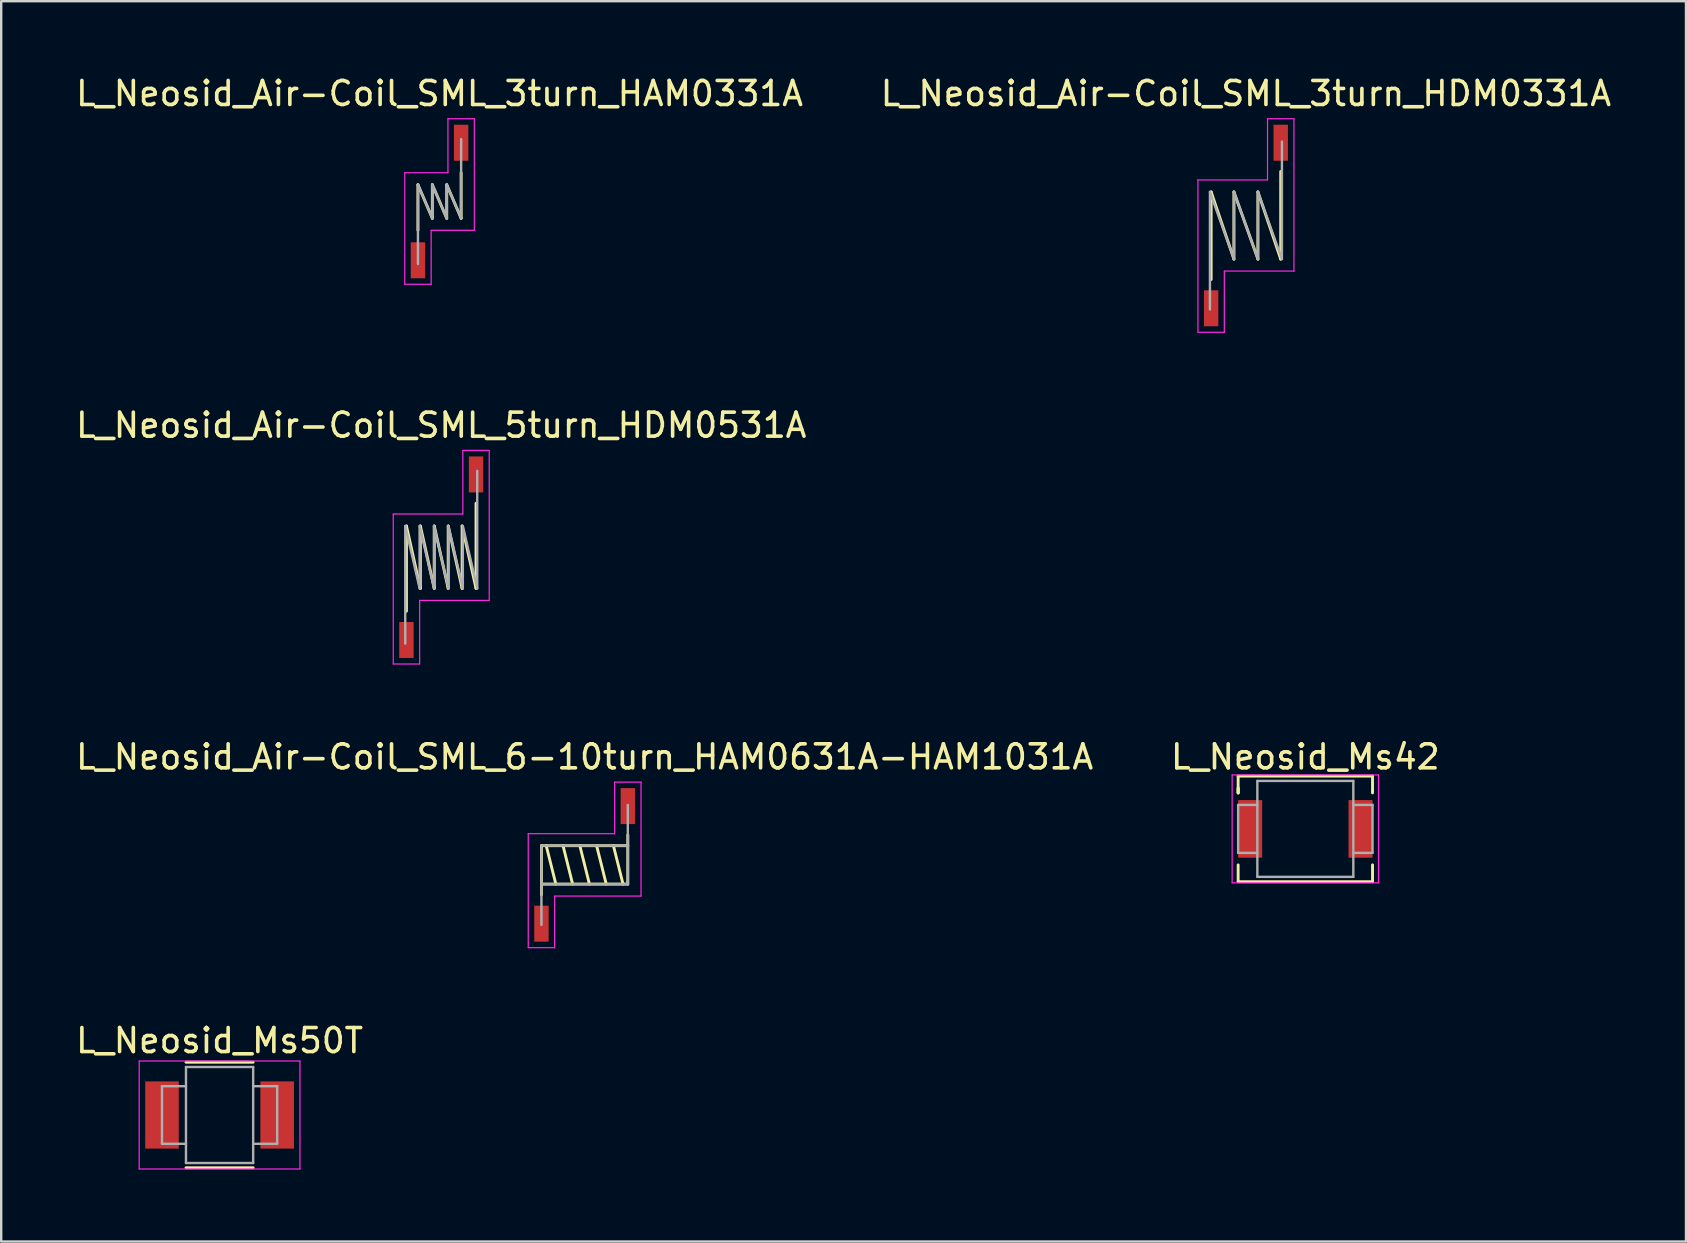
<source format=kicad_pcb>
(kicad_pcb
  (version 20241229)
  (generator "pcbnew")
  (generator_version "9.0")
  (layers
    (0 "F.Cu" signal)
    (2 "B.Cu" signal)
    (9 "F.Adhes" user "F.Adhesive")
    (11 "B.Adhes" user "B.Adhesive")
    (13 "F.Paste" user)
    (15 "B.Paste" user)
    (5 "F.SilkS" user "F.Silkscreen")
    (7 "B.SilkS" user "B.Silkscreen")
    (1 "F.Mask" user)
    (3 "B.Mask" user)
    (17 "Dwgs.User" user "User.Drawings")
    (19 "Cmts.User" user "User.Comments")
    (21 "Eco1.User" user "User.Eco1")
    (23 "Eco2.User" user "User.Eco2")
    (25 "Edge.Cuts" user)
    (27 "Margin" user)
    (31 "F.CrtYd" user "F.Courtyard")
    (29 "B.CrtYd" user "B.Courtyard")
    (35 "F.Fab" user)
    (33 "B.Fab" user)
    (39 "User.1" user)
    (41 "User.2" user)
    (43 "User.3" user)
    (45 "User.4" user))
  (footprint "L_Neosid_Air-Coil_SML_3turn_HDM0331A"
    (layer "F.Cu")
    (at 48.875 6.348)
    (property "Reference" "L_Neosid_Air-Coil_SML_3turn_HDM0331A" (at 0 -5.5 0) (layer "F.SilkS") (effects (font (size 1 1) (thickness 0.15))))
    (attr smd)
    (fp_line (start -1.45 -1.4) (end -1.45 2.25) (stroke (width 0.12) (type solid)) (layer "F.SilkS"))
    (fp_line (start -1.45 -1.4) (end -0.5 1.4) (stroke (width 0.12) (type solid)) (layer "F.SilkS"))
    (fp_line (start -0.5 -1.4) (end -0.5 1.4) (stroke (width 0.12) (type solid)) (layer "F.SilkS"))
    (fp_line (start -0.5 -1.4) (end 0.5 1.4) (stroke (width 0.12) (type solid)) (layer "F.SilkS"))
    (fp_line (start 0.5 -1.4) (end 0.5 1.4) (stroke (width 0.12) (type solid)) (layer "F.SilkS"))
    (fp_line (start 0.5 -1.4) (end 1.45 1.4) (stroke (width 0.12) (type solid)) (layer "F.SilkS"))
    (fp_line (start 1.45 1.4) (end 1.45 -2.25) (stroke (width 0.12) (type solid)) (layer "F.SilkS"))
    (fp_line (start -2 -1.9) (end -2 4.45) (stroke (width 0.05) (type solid)) (layer "F.CrtYd"))
    (fp_line (start -2 4.45) (end -0.9 4.45) (stroke (width 0.05) (type solid)) (layer "F.CrtYd"))
    (fp_line (start -0.9 1.9) (end 2 1.9) (stroke (width 0.05) (type solid)) (layer "F.CrtYd"))
    (fp_line (start -0.9 4.45) (end -0.9 1.9) (stroke (width 0.05) (type solid)) (layer "F.CrtYd"))
    (fp_line (start 0.9 -4.45) (end 0.9 -1.9) (stroke (width 0.05) (type solid)) (layer "F.CrtYd"))
    (fp_line (start 0.9 -1.9) (end -2 -1.9) (stroke (width 0.05) (type solid)) (layer "F.CrtYd"))
    (fp_line (start 2 -4.45) (end 0.9 -4.45) (stroke (width 0.05) (type solid)) (layer "F.CrtYd"))
    (fp_line (start 2 1.9) (end 2 -4.45) (stroke (width 0.05) (type solid)) (layer "F.CrtYd"))
    (fp_line (start -1.5 -1.4) (end -0.5 1.4) (stroke (width 0.1) (type solid)) (layer "F.Fab"))
    (fp_line (start -1.5 3.5) (end -1.5 -1.4) (stroke (width 0.1) (type solid)) (layer "F.Fab"))
    (fp_line (start -0.5 -1.4) (end 0.5 1.4) (stroke (width 0.1) (type solid)) (layer "F.Fab"))
    (fp_line (start -0.5 1.4) (end -0.5 -1.4) (stroke (width 0.1) (type solid)) (layer "F.Fab"))
    (fp_line (start 0.5 -1.4) (end 1.5 1.4) (stroke (width 0.1) (type solid)) (layer "F.Fab"))
    (fp_line (start 0.5 1.4) (end 0.5 -1.4) (stroke (width 0.1) (type solid)) (layer "F.Fab"))
    (fp_line (start 1.5 1.4) (end 1.5 -3.5) (stroke (width 0.1) (type solid)) (layer "F.Fab"))
    (pad "1" smd rect (at -1.45 3.45) (size 0.6 1.5) (layers "F.Cu" "F.Mask" "F.Paste"))
    (pad "2" smd rect (at 1.45 -3.45) (size 0.6 1.5) (layers "F.Cu" "F.Mask" "F.Paste")))
  (footprint "L_Neosid_Ms42"
    (layer "F.Cu")
    (at 51.351 31.495)
    (property "Reference" "L_Neosid_Ms42" (at 0 -3 0) (layer "F.SilkS") (effects (font (size 1 1) (thickness 0.15))))
    (attr smd)
    (fp_line (start -2.8 -2.2) (end -2.8 -1.5) (stroke (width 0.12) (type solid)) (layer "F.SilkS"))
    (fp_line (start -2.8 -1.7) (end -2.8 -1.5) (stroke (width 0.12) (type solid)) (layer "F.SilkS"))
    (fp_line (start -2.8 -1.5) (end -2.8 -1.7) (stroke (width 0.12) (type solid)) (layer "F.SilkS"))
    (fp_line (start -2.8 2.2) (end -2.8 1.5) (stroke (width 0.12) (type solid)) (layer "F.SilkS"))
    (fp_line (start 2.8 -2.2) (end -2.8 -2.2) (stroke (width 0.12) (type solid)) (layer "F.SilkS"))
    (fp_line (start 2.8 -2.2) (end 2.8 -1.6) (stroke (width 0.12) (type solid)) (layer "F.SilkS"))
    (fp_line (start 2.8 -1.6) (end 2.8 -1.5) (stroke (width 0.12) (type solid)) (layer "F.SilkS"))
    (fp_line (start 2.8 1.5) (end 2.8 2.2) (stroke (width 0.12) (type solid)) (layer "F.SilkS"))
    (fp_line (start 2.8 2.2) (end -2.8 2.2) (stroke (width 0.12) (type solid)) (layer "F.SilkS"))
    (fp_line (start -3.05 -2.25) (end -3.05 2.25) (stroke (width 0.05) (type solid)) (layer "F.CrtYd"))
    (fp_line (start -3.05 -2.25) (end 3.05 -2.25) (stroke (width 0.05) (type solid)) (layer "F.CrtYd"))
    (fp_line (start 3.05 2.25) (end -3.05 2.25) (stroke (width 0.05) (type solid)) (layer "F.CrtYd"))
    (fp_line (start 3.05 2.25) (end 3.05 -2.25) (stroke (width 0.05) (type solid)) (layer "F.CrtYd"))
    (fp_line (start -2.8 -1) (end -2 -1) (stroke (width 0.1) (type solid)) (layer "F.Fab"))
    (fp_line (start -2.8 1) (end -2.8 -1) (stroke (width 0.1) (type solid)) (layer "F.Fab"))
    (fp_line (start -2 -2) (end 2 -2) (stroke (width 0.1) (type solid)) (layer "F.Fab"))
    (fp_line (start -2 1) (end -2.8 1) (stroke (width 0.1) (type solid)) (layer "F.Fab"))
    (fp_line (start -2 2) (end -2 -2) (stroke (width 0.1) (type solid)) (layer "F.Fab"))
    (fp_line (start 2 -2) (end 2 2) (stroke (width 0.1) (type solid)) (layer "F.Fab"))
    (fp_line (start 2 -1) (end 2.8 -1) (stroke (width 0.1) (type solid)) (layer "F.Fab"))
    (fp_line (start 2 2) (end -2 2) (stroke (width 0.1) (type solid)) (layer "F.Fab"))
    (fp_line (start 2.8 -1) (end 2.8 1) (stroke (width 0.1) (type solid)) (layer "F.Fab"))
    (fp_line (start 2.8 1) (end 2 1) (stroke (width 0.1) (type solid)) (layer "F.Fab"))
    (pad "1" smd rect (at -2.3 0) (size 1 2.4) (layers "F.Cu" "F.Mask" "F.Paste"))
    (pad "2" smd rect (at 2.3 0) (size 1 2.4) (layers "F.Cu" "F.Mask" "F.Paste")))
  (footprint "L_Neosid_Ms50T"
    (layer "F.Cu")
    (at 6.101 43.418)
    (property "Reference" "L_Neosid_Ms50T" (at 0 -3.1 0) (layer "F.SilkS") (effects (font (size 1 1) (thickness 0.15))))
    (attr smd)
    (fp_line (start -1.4 2.2) (end 1.4 2.2) (stroke (width 0.12) (type solid)) (layer "F.SilkS"))
    (fp_line (start 1.4 -2.2) (end -1.4 -2.2) (stroke (width 0.12) (type solid)) (layer "F.SilkS"))
    (fp_line (start -3.35 -2.25) (end -3.35 2.25) (stroke (width 0.05) (type solid)) (layer "F.CrtYd"))
    (fp_line (start -3.35 -2.25) (end 3.35 -2.25) (stroke (width 0.05) (type solid)) (layer "F.CrtYd"))
    (fp_line (start 3.35 2.25) (end -3.35 2.25) (stroke (width 0.05) (type solid)) (layer "F.CrtYd"))
    (fp_line (start 3.35 2.25) (end 3.35 -2.25) (stroke (width 0.05) (type solid)) (layer "F.CrtYd"))
    (fp_line (start -2.4 -1.2) (end -2.4 1.2) (stroke (width 0.1) (type solid)) (layer "F.Fab"))
    (fp_line (start -2.4 -1.2) (end -1.4 -1.2) (stroke (width 0.1) (type solid)) (layer "F.Fab"))
    (fp_line (start -2.4 1.2) (end -1.4 1.2) (stroke (width 0.1) (type solid)) (layer "F.Fab"))
    (fp_line (start -1.4 -2) (end -1.4 2) (stroke (width 0.1) (type solid)) (layer "F.Fab"))
    (fp_line (start -1.4 2) (end 1.4 2) (stroke (width 0.1) (type solid)) (layer "F.Fab"))
    (fp_line (start 1.4 -2) (end -1.4 -2) (stroke (width 0.1) (type solid)) (layer "F.Fab"))
    (fp_line (start 1.4 1.2) (end 2.4 1.2) (stroke (width 0.1) (type solid)) (layer "F.Fab"))
    (fp_line (start 1.4 2) (end 1.4 -2) (stroke (width 0.1) (type solid)) (layer "F.Fab"))
    (fp_line (start 2.4 -1.2) (end 1.4 -1.2) (stroke (width 0.1) (type solid)) (layer "F.Fab"))
    (fp_line (start 2.4 1.2) (end 2.4 -1.2) (stroke (width 0.1) (type solid)) (layer "F.Fab"))
    (pad "1" smd rect (at -2.4 0) (size 1.4 2.8) (layers "F.Cu" "F.Mask" "F.Paste"))
    (pad "2" smd rect (at 2.4 0) (size 1.4 2.8) (layers "F.Cu" "F.Mask" "F.Paste")))
  (footprint "L_Neosid_Air-Coil_SML_6-10turn_HAM0631A-HAM1031A"
    (layer "F.Cu")
    (at 21.315 32.995)
    (property "Reference" "L_Neosid_Air-Coil_SML_6-10turn_HAM0631A-HAM1031A" (at 0 -4.5 0) (layer "F.SilkS") (effects (font (size 1 1) (thickness 0.15))))
    (attr smd)
    (fp_line (start -1.8 -0.8) (end -1.8 1.25) (stroke (width 0.12) (type solid)) (layer "F.SilkS"))
    (fp_line (start -1.8 -0.8) (end 1.8 -0.8) (stroke (width 0.12) (type solid)) (layer "F.SilkS"))
    (fp_line (start -1.6 -0.8) (end -1.2 0.8) (stroke (width 0.12) (type solid)) (layer "F.SilkS"))
    (fp_line (start -0.9 -0.8) (end -0.5 0.8) (stroke (width 0.12) (type solid)) (layer "F.SilkS"))
    (fp_line (start -0.2 -0.8) (end 0.2 0.8) (stroke (width 0.12) (type solid)) (layer "F.SilkS"))
    (fp_line (start 0.5 -0.8) (end 0.9 0.8) (stroke (width 0.12) (type solid)) (layer "F.SilkS"))
    (fp_line (start 1.2 -0.8) (end 1.6 0.8) (stroke (width 0.12) (type solid)) (layer "F.SilkS"))
    (fp_line (start 1.8 0.8) (end -1.8 0.8) (stroke (width 0.12) (type solid)) (layer "F.SilkS"))
    (fp_line (start 1.8 0.8) (end 1.8 -1.25) (stroke (width 0.12) (type solid)) (layer "F.SilkS"))
    (fp_line (start -2.35 -1.3) (end -2.35 3.45) (stroke (width 0.05) (type solid)) (layer "F.CrtYd"))
    (fp_line (start -2.35 3.45) (end -1.25 3.45) (stroke (width 0.05) (type solid)) (layer "F.CrtYd"))
    (fp_line (start -1.25 1.3) (end 2.35 1.3) (stroke (width 0.05) (type solid)) (layer "F.CrtYd"))
    (fp_line (start -1.25 3.45) (end -1.25 1.3) (stroke (width 0.05) (type solid)) (layer "F.CrtYd"))
    (fp_line (start 1.25 -3.45) (end 1.25 -1.3) (stroke (width 0.05) (type solid)) (layer "F.CrtYd"))
    (fp_line (start 1.25 -1.3) (end -2.35 -1.3) (stroke (width 0.05) (type solid)) (layer "F.CrtYd"))
    (fp_line (start 2.35 -3.45) (end 1.25 -3.45) (stroke (width 0.05) (type solid)) (layer "F.CrtYd"))
    (fp_line (start 2.35 1.3) (end 2.35 -3.45) (stroke (width 0.05) (type solid)) (layer "F.CrtYd"))
    (fp_line (start -1.8 -0.8) (end -1.8 2.5) (stroke (width 0.1) (type solid)) (layer "F.Fab"))
    (fp_line (start -1.8 -0.8) (end 1.8 -0.8) (stroke (width 0.1) (type solid)) (layer "F.Fab"))
    (fp_line (start 1.8 0.8) (end -1.8 0.8) (stroke (width 0.1) (type solid)) (layer "F.Fab"))
    (fp_line (start 1.8 0.8) (end 1.8 -2.5) (stroke (width 0.1) (type solid)) (layer "F.Fab"))
    (pad "1" smd rect (at -1.8 2.45) (size 0.6 1.5) (layers "F.Cu" "F.Mask" "F.Paste"))
    (pad "2" smd rect (at 1.8 -2.45) (size 0.6 1.5) (layers "F.Cu" "F.Mask" "F.Paste")))
  (footprint "L_Neosid_Air-Coil_SML_5turn_HDM0531A"
    (layer "F.Cu")
    (at 15.339 20.172)
    (property "Reference" "L_Neosid_Air-Coil_SML_5turn_HDM0531A" (at 0 -5.5 0) (layer "F.SilkS") (effects (font (size 1 1) (thickness 0.15))))
    (attr smd)
    (fp_line (start -1.45 -1.3) (end -1.45 2.25) (stroke (width 0.12) (type solid)) (layer "F.SilkS"))
    (fp_line (start -1.45 -1.3) (end -0.87 1.3) (stroke (width 0.12) (type solid)) (layer "F.SilkS"))
    (fp_line (start -0.87 -1.3) (end -0.87 1.3) (stroke (width 0.12) (type solid)) (layer "F.SilkS"))
    (fp_line (start -0.87 -1.3) (end -0.29 1.3) (stroke (width 0.12) (type solid)) (layer "F.SilkS"))
    (fp_line (start -0.29 -1.3) (end -0.29 1.3) (stroke (width 0.12) (type solid)) (layer "F.SilkS"))
    (fp_line (start -0.29 -1.3) (end 0.29 1.3) (stroke (width 0.12) (type solid)) (layer "F.SilkS"))
    (fp_line (start 0.29 -1.3) (end 0.29 1.3) (stroke (width 0.12) (type solid)) (layer "F.SilkS"))
    (fp_line (start 0.29 -1.3) (end 0.87 1.3) (stroke (width 0.12) (type solid)) (layer "F.SilkS"))
    (fp_line (start 0.87 -1.3) (end 0.87 1.3) (stroke (width 0.12) (type solid)) (layer "F.SilkS"))
    (fp_line (start 0.87 -1.3) (end 1.45 1.3) (stroke (width 0.12) (type solid)) (layer "F.SilkS"))
    (fp_line (start 1.45 1.3) (end 1.45 -2.25) (stroke (width 0.12) (type solid)) (layer "F.SilkS"))
    (fp_line (start -2 -1.8) (end -2 4.45) (stroke (width 0.05) (type solid)) (layer "F.CrtYd"))
    (fp_line (start -2 4.45) (end -0.9 4.45) (stroke (width 0.05) (type solid)) (layer "F.CrtYd"))
    (fp_line (start -0.9 1.8) (end 2 1.8) (stroke (width 0.05) (type solid)) (layer "F.CrtYd"))
    (fp_line (start -0.9 4.45) (end -0.9 1.8) (stroke (width 0.05) (type solid)) (layer "F.CrtYd"))
    (fp_line (start 0.9 -4.45) (end 0.9 -1.8) (stroke (width 0.05) (type solid)) (layer "F.CrtYd"))
    (fp_line (start 0.9 -1.8) (end -2 -1.8) (stroke (width 0.05) (type solid)) (layer "F.CrtYd"))
    (fp_line (start 2 -4.45) (end 0.9 -4.45) (stroke (width 0.05) (type solid)) (layer "F.CrtYd"))
    (fp_line (start 2 1.8) (end 2 -4.45) (stroke (width 0.05) (type solid)) (layer "F.CrtYd"))
    (fp_line (start -1.5 -1.3) (end -0.9 1.3) (stroke (width 0.1) (type solid)) (layer "F.Fab"))
    (fp_line (start -1.5 3.6) (end -1.5 -1.3) (stroke (width 0.1) (type solid)) (layer "F.Fab"))
    (fp_line (start -0.9 -1.3) (end -0.3 1.3) (stroke (width 0.1) (type solid)) (layer "F.Fab"))
    (fp_line (start -0.9 1.3) (end -0.9 -1.3) (stroke (width 0.1) (type solid)) (layer "F.Fab"))
    (fp_line (start -0.3 -1.3) (end 0.3 1.3) (stroke (width 0.1) (type solid)) (layer "F.Fab"))
    (fp_line (start -0.3 1.3) (end -0.3 -1.3) (stroke (width 0.1) (type solid)) (layer "F.Fab"))
    (fp_line (start 0.3 -1.3) (end 0.9 1.3) (stroke (width 0.1) (type solid)) (layer "F.Fab"))
    (fp_line (start 0.3 1.3) (end 0.3 -1.3) (stroke (width 0.1) (type solid)) (layer "F.Fab"))
    (fp_line (start 0.9 -1.3) (end 1.5 1.3) (stroke (width 0.1) (type solid)) (layer "F.Fab"))
    (fp_line (start 0.9 1.3) (end 0.9 -1.3) (stroke (width 0.1) (type solid)) (layer "F.Fab"))
    (fp_line (start 1.5 1.3) (end 1.5 -3.6) (stroke (width 0.1) (type solid)) (layer "F.Fab"))
    (pad "1" smd rect (at -1.45 3.45) (size 0.6 1.5) (layers "F.Cu" "F.Mask" "F.Paste"))
    (pad "2" smd rect (at 1.45 -3.45) (size 0.6 1.5) (layers "F.Cu" "F.Mask" "F.Paste")))
  (footprint "L_Neosid_Air-Coil_SML_3turn_HAM0331A"
    (layer "F.Cu")
    (at 15.268 5.348)
    (property "Reference" "L_Neosid_Air-Coil_SML_3turn_HAM0331A" (at 0 -4.5 0) (layer "F.SilkS") (effects (font (size 1 1) (thickness 0.15))))
    (attr smd)
    (fp_line (start -0.9 -0.7) (end -0.3 0.7) (stroke (width 0.12) (type solid)) (layer "F.SilkS"))
    (fp_line (start -0.9 1.2) (end -0.9 -0.7) (stroke (width 0.12) (type solid)) (layer "F.SilkS"))
    (fp_line (start -0.3 -0.7) (end 0.3 0.7) (stroke (width 0.12) (type solid)) (layer "F.SilkS"))
    (fp_line (start -0.3 0.7) (end -0.3 -0.7) (stroke (width 0.12) (type solid)) (layer "F.SilkS"))
    (fp_line (start 0.3 -0.7) (end 0.9 0.7) (stroke (width 0.12) (type solid)) (layer "F.SilkS"))
    (fp_line (start 0.3 0.7) (end 0.3 -0.7) (stroke (width 0.12) (type solid)) (layer "F.SilkS"))
    (fp_line (start 0.9 -1.2) (end 0.9 0.7) (stroke (width 0.12) (type solid)) (layer "F.SilkS"))
    (fp_line (start -1.45 -1.2) (end -1.45 3.45) (stroke (width 0.05) (type solid)) (layer "F.CrtYd"))
    (fp_line (start -1.45 3.45) (end -0.35 3.45) (stroke (width 0.05) (type solid)) (layer "F.CrtYd"))
    (fp_line (start -0.35 1.2) (end 1.45 1.2) (stroke (width 0.05) (type solid)) (layer "F.CrtYd"))
    (fp_line (start -0.35 3.45) (end -0.35 1.2) (stroke (width 0.05) (type solid)) (layer "F.CrtYd"))
    (fp_line (start 0.35 -3.45) (end 0.35 -1.2) (stroke (width 0.05) (type solid)) (layer "F.CrtYd"))
    (fp_line (start 0.35 -1.2) (end -1.45 -1.2) (stroke (width 0.05) (type solid)) (layer "F.CrtYd"))
    (fp_line (start 1.45 -3.45) (end 0.35 -3.45) (stroke (width 0.05) (type solid)) (layer "F.CrtYd"))
    (fp_line (start 1.45 1.2) (end 1.45 -3.45) (stroke (width 0.05) (type solid)) (layer "F.CrtYd"))
    (fp_line (start -0.9 -0.7) (end -0.3 0.7) (stroke (width 0.1) (type solid)) (layer "F.Fab"))
    (fp_line (start -0.9 2.6) (end -0.9 -0.7) (stroke (width 0.1) (type solid)) (layer "F.Fab"))
    (fp_line (start -0.3 -0.7) (end 0.3 0.7) (stroke (width 0.1) (type solid)) (layer "F.Fab"))
    (fp_line (start -0.3 0.7) (end -0.3 -0.7) (stroke (width 0.1) (type solid)) (layer "F.Fab"))
    (fp_line (start 0.3 -0.7) (end 0.9 0.7) (stroke (width 0.1) (type solid)) (layer "F.Fab"))
    (fp_line (start 0.3 0.7) (end 0.3 -0.7) (stroke (width 0.1) (type solid)) (layer "F.Fab"))
    (fp_line (start 0.9 0.7) (end 0.9 -2.6) (stroke (width 0.1) (type solid)) (layer "F.Fab"))
    (pad "1" smd rect (at -0.9 2.45) (size 0.6 1.5) (layers "F.Cu" "F.Mask" "F.Paste"))
    (pad "2" smd rect (at 0.9 -2.45) (size 0.6 1.5) (layers "F.Cu" "F.Mask" "F.Paste")))
  (gr_rect
    (start -3 -3)
    (end 67.214 48.693)
    (stroke (width 0.1) (type default))
    (fill no)
    (layer "Edge.Cuts")))
</source>
